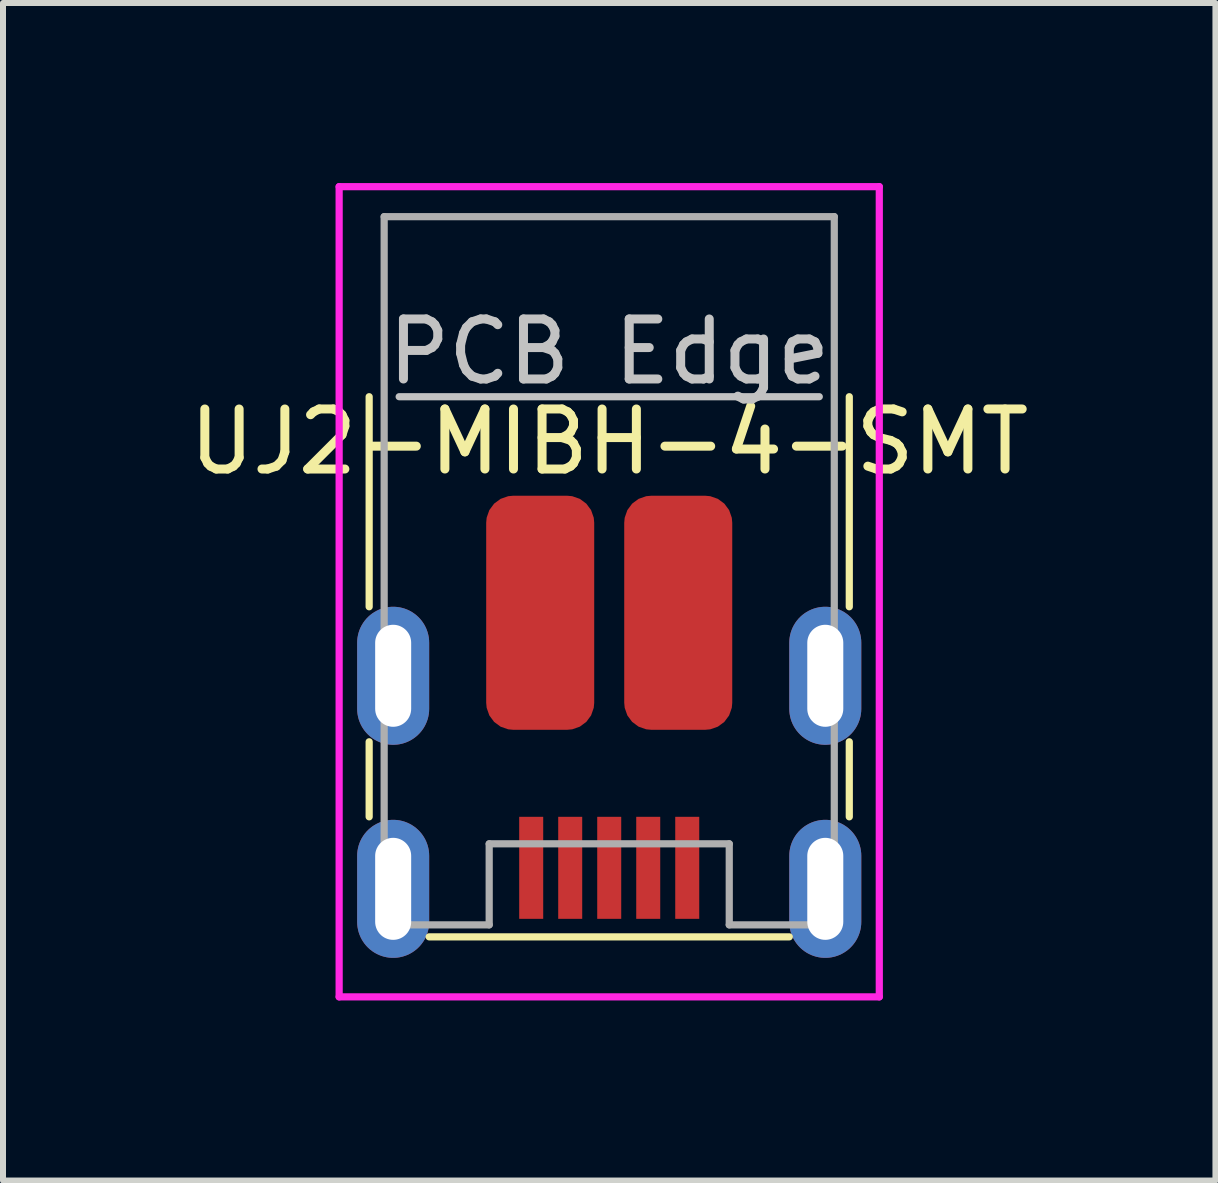
<source format=kicad_pcb>
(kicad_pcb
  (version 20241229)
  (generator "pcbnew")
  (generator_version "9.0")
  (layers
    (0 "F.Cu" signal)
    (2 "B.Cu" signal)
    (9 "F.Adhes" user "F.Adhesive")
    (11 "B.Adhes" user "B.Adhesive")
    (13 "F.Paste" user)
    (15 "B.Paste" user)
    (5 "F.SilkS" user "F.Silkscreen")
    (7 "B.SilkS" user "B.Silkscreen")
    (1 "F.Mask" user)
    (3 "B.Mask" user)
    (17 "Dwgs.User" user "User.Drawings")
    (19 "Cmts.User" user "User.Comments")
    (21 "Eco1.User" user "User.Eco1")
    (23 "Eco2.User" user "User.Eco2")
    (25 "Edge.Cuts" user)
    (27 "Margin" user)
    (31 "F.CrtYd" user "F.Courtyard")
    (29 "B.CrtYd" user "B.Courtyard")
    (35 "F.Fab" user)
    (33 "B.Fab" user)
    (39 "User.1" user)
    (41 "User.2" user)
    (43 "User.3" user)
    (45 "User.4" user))
  (footprint "UJ2-MIBH-4-SMT"
    (layer "F.Cu")
    (at 7.101 3.56)
    (property "Reference" "UJ2-MIBH-4-SMT" (at 0 0.75 0) (layer "F.SilkS") (effects (font (size 1 1) (thickness 0.15))))
    (attr through_hole)
    (fp_line (start -4 3.5) (end -4 0) (stroke (width 0.12) (type solid)) (layer "F.SilkS"))
    (fp_line (start -4 7) (end -4 5.75) (stroke (width 0.12) (type solid)) (layer "F.SilkS"))
    (fp_line (start -3 9) (end 3 9) (stroke (width 0.12) (type solid)) (layer "F.SilkS"))
    (fp_line (start 4 3.5) (end 4 0) (stroke (width 0.12) (type solid)) (layer "F.SilkS"))
    (fp_line (start 4 7) (end 4 5.75) (stroke (width 0.12) (type solid)) (layer "F.SilkS"))
    (fp_line (start -3.5 0) (end 3.5 0) (stroke (width 0.12) (type solid)) (layer "Dwgs.User"))
    (fp_line (start -4.5 -3.5) (end -4.5 10) (stroke (width 0.12) (type solid)) (layer "F.CrtYd"))
    (fp_line (start -4.5 10) (end 4.5 10) (stroke (width 0.12) (type solid)) (layer "F.CrtYd"))
    (fp_line (start 4.5 -3.5) (end -4.5 -3.5) (stroke (width 0.12) (type solid)) (layer "F.CrtYd"))
    (fp_line (start 4.5 10) (end 4.5 -3.5) (stroke (width 0.12) (type solid)) (layer "F.CrtYd"))
    (fp_line (start -3.75 -3) (end -3.75 8.8) (stroke (width 0.12) (type solid)) (layer "F.Fab"))
    (fp_line (start -3.75 -3) (end 3.75 -3) (stroke (width 0.12) (type solid)) (layer "F.Fab"))
    (fp_line (start -3.75 8.8) (end -2 8.8) (stroke (width 0.12) (type solid)) (layer "F.Fab"))
    (fp_line (start -2 7.45) (end -2 8.8) (stroke (width 0.12) (type solid)) (layer "F.Fab"))
    (fp_line (start 2 7.45) (end -2 7.45) (stroke (width 0.12) (type solid)) (layer "F.Fab"))
    (fp_line (start 2 8.8) (end 2 7.45) (stroke (width 0.12) (type solid)) (layer "F.Fab"))
    (fp_line (start 2 8.8) (end 3.75 8.8) (stroke (width 0.12) (type solid)) (layer "F.Fab"))
    (fp_line (start 3.75 -3) (end 3.75 8.8) (stroke (width 0.12) (type solid)) (layer "F.Fab"))
    (fp_text user "PCB Edge" (at 0 -0.75 0) (layer "Dwgs.User") (effects (font (size 1 1) (thickness 0.15))))
    (pad "1" smd rect (at 1.3 7.85) (size 0.4 1.7) (layers "F.Cu" "F.Mask" "F.Paste"))
    (pad "2" smd rect (at 0.65 7.85) (size 0.4 1.7) (layers "F.Cu" "F.Mask" "F.Paste"))
    (pad "3" smd rect (at 0 7.85) (size 0.4 1.7) (layers "F.Cu" "F.Mask" "F.Paste"))
    (pad "4" smd rect (at -0.65 7.85) (size 0.4 1.7) (layers "F.Cu" "F.Mask" "F.Paste"))
    (pad "5" smd rect (at -1.3 7.85) (size 0.4 1.7) (layers "F.Cu" "F.Mask" "F.Paste"))
    (pad "6" thru_hole oval (at -3.6 4.65) (size 1.2 2.3) (drill oval 0.6 1.7) (layers "*.Cu" "*.Mask"))
    (pad "6" thru_hole oval (at -3.6 8.2) (size 1.2 2.3) (drill oval 0.6 1.7) (layers "*.Cu" "*.Mask"))
    (pad "6" smd roundrect (at -1.15 3.6) (size 1.8 3.9) (layers "F.Cu" "F.Mask" "F.Paste") (roundrect_rratio 0.25))
    (pad "6" smd roundrect (at 1.15 3.6) (size 1.8 3.9) (layers "F.Cu" "F.Mask" "F.Paste") (roundrect_rratio 0.25))
    (pad "6" thru_hole oval (at 3.6 4.65) (size 1.2 2.3) (drill oval 0.6 1.7) (layers "*.Cu" "*.Mask"))
    (pad "6" thru_hole oval (at 3.6 8.2) (size 1.2 2.3) (drill oval 0.6 1.7) (layers "*.Cu" "*.Mask")))
  (gr_rect
    (start -3 -3)
    (end 17.202 16.62)
    (stroke (width 0.1) (type default))
    (fill no)
    (layer "Edge.Cuts")))
</source>
